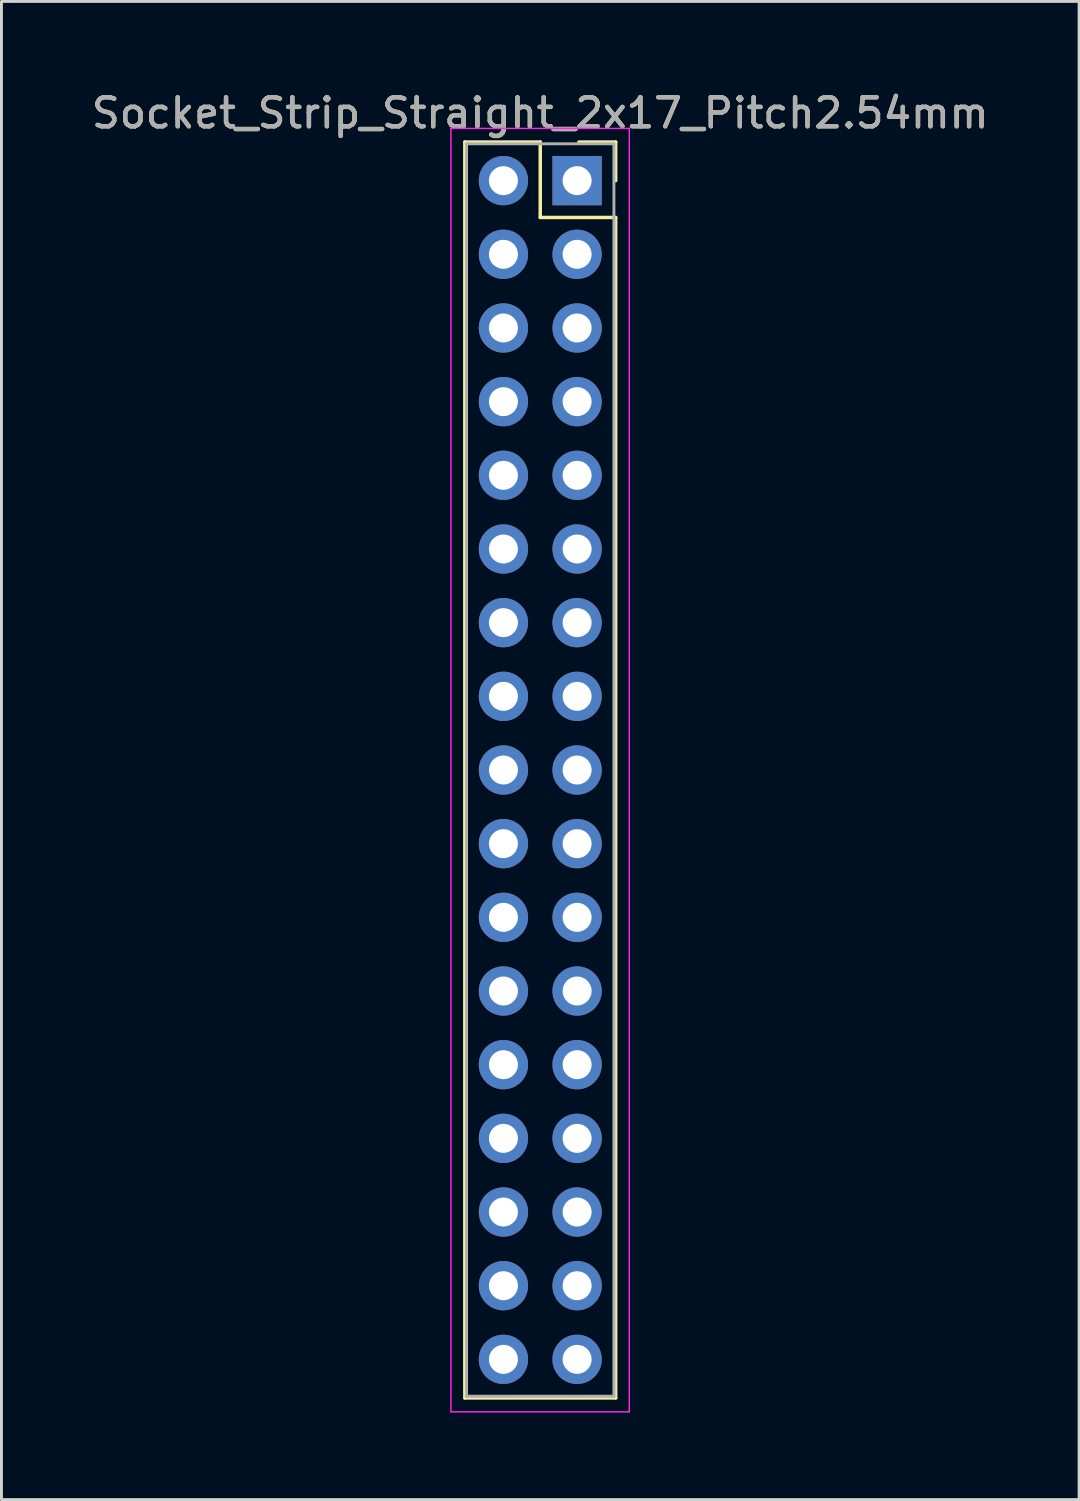
<source format=kicad_pcb>
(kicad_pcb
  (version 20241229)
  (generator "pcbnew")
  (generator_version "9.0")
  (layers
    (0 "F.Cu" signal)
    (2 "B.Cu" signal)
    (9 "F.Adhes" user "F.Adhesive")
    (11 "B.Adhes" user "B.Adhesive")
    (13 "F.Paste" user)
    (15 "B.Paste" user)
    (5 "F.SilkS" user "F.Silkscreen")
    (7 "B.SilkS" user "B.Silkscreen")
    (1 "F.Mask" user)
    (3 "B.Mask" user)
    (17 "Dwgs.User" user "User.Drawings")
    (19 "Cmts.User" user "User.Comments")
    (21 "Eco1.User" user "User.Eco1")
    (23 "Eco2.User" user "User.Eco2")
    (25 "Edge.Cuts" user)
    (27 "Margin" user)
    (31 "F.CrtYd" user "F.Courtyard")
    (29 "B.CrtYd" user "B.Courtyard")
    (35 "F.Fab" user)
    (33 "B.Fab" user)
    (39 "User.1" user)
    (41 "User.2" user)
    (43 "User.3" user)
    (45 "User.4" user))
  (footprint "Socket_Strip_Straight_2x17_Pitch2.54mm"
    (layer "F.Cu")
    (at 16.847 3.178)
    (property "Reference" "Socket_Strip_Straight_2x17_Pitch2.54mm" (at -1.27 -2.33 0) (layer "F.SilkS") (effects (font (size 1 1) (thickness 0.15))))
    (attr through_hole)
    (fp_line (start -3.87 -1.33) (end -1.27 -1.33) (stroke (width 0.12) (type solid)) (layer "F.SilkS"))
    (fp_line (start -3.87 41.97) (end -3.87 -1.33) (stroke (width 0.12) (type solid)) (layer "F.SilkS"))
    (fp_line (start -1.27 -1.33) (end -1.27 1.27) (stroke (width 0.12) (type solid)) (layer "F.SilkS"))
    (fp_line (start -1.27 1.27) (end 1.33 1.27) (stroke (width 0.12) (type solid)) (layer "F.SilkS"))
    (fp_line (start 1.33 -1.33) (end 0.06 -1.33) (stroke (width 0.12) (type solid)) (layer "F.SilkS"))
    (fp_line (start 1.33 0) (end 1.33 -1.33) (stroke (width 0.12) (type solid)) (layer "F.SilkS"))
    (fp_line (start 1.33 1.27) (end 1.33 41.97) (stroke (width 0.12) (type solid)) (layer "F.SilkS"))
    (fp_line (start 1.33 41.97) (end -3.87 41.97) (stroke (width 0.12) (type solid)) (layer "F.SilkS"))
    (fp_line (start -4.35 -1.8) (end -4.35 42.45) (stroke (width 0.05) (type solid)) (layer "F.CrtYd"))
    (fp_line (start -4.35 42.45) (end 1.8 42.45) (stroke (width 0.05) (type solid)) (layer "F.CrtYd"))
    (fp_line (start 1.8 -1.8) (end -4.35 -1.8) (stroke (width 0.05) (type solid)) (layer "F.CrtYd"))
    (fp_line (start 1.8 42.45) (end 1.8 -1.8) (stroke (width 0.05) (type solid)) (layer "F.CrtYd"))
    (fp_line (start -3.81 -1.27) (end -3.81 41.91) (stroke (width 0.1) (type solid)) (layer "F.Fab"))
    (fp_line (start -3.81 41.91) (end 1.27 41.91) (stroke (width 0.1) (type solid)) (layer "F.Fab"))
    (fp_line (start 1.27 -1.27) (end -3.81 -1.27) (stroke (width 0.1) (type solid)) (layer "F.Fab"))
    (fp_line (start 1.27 41.91) (end 1.27 -1.27) (stroke (width 0.1) (type solid)) (layer "F.Fab"))
    (fp_text user "${REFERENCE}" (at -1.27 -2.33 0) (layer "F.Fab") (effects (font (size 1 1) (thickness 0.15))))
    (pad "1" thru_hole rect (at 0 0) (size 1.7 1.7) (drill 1) (layers "*.Cu" "*.Mask"))
    (pad "2" thru_hole oval (at -2.54 0) (size 1.7 1.7) (drill 1) (layers "*.Cu" "*.Mask"))
    (pad "3" thru_hole oval (at 0 2.54) (size 1.7 1.7) (drill 1) (layers "*.Cu" "*.Mask"))
    (pad "4" thru_hole oval (at -2.54 2.54) (size 1.7 1.7) (drill 1) (layers "*.Cu" "*.Mask"))
    (pad "5" thru_hole oval (at 0 5.08) (size 1.7 1.7) (drill 1) (layers "*.Cu" "*.Mask"))
    (pad "6" thru_hole oval (at -2.54 5.08) (size 1.7 1.7) (drill 1) (layers "*.Cu" "*.Mask"))
    (pad "7" thru_hole oval (at 0 7.62) (size 1.7 1.7) (drill 1) (layers "*.Cu" "*.Mask"))
    (pad "8" thru_hole oval (at -2.54 7.62) (size 1.7 1.7) (drill 1) (layers "*.Cu" "*.Mask"))
    (pad "9" thru_hole oval (at 0 10.16) (size 1.7 1.7) (drill 1) (layers "*.Cu" "*.Mask"))
    (pad "10" thru_hole oval (at -2.54 10.16) (size 1.7 1.7) (drill 1) (layers "*.Cu" "*.Mask"))
    (pad "11" thru_hole oval (at 0 12.7) (size 1.7 1.7) (drill 1) (layers "*.Cu" "*.Mask"))
    (pad "12" thru_hole oval (at -2.54 12.7) (size 1.7 1.7) (drill 1) (layers "*.Cu" "*.Mask"))
    (pad "13" thru_hole oval (at 0 15.24) (size 1.7 1.7) (drill 1) (layers "*.Cu" "*.Mask"))
    (pad "14" thru_hole oval (at -2.54 15.24) (size 1.7 1.7) (drill 1) (layers "*.Cu" "*.Mask"))
    (pad "15" thru_hole oval (at 0 17.78) (size 1.7 1.7) (drill 1) (layers "*.Cu" "*.Mask"))
    (pad "16" thru_hole oval (at -2.54 17.78) (size 1.7 1.7) (drill 1) (layers "*.Cu" "*.Mask"))
    (pad "17" thru_hole oval (at 0 20.32) (size 1.7 1.7) (drill 1) (layers "*.Cu" "*.Mask"))
    (pad "18" thru_hole oval (at -2.54 20.32) (size 1.7 1.7) (drill 1) (layers "*.Cu" "*.Mask"))
    (pad "19" thru_hole oval (at 0 22.86) (size 1.7 1.7) (drill 1) (layers "*.Cu" "*.Mask"))
    (pad "20" thru_hole oval (at -2.54 22.86) (size 1.7 1.7) (drill 1) (layers "*.Cu" "*.Mask"))
    (pad "21" thru_hole oval (at 0 25.4) (size 1.7 1.7) (drill 1) (layers "*.Cu" "*.Mask"))
    (pad "22" thru_hole oval (at -2.54 25.4) (size 1.7 1.7) (drill 1) (layers "*.Cu" "*.Mask"))
    (pad "23" thru_hole oval (at 0 27.94) (size 1.7 1.7) (drill 1) (layers "*.Cu" "*.Mask"))
    (pad "24" thru_hole oval (at -2.54 27.94) (size 1.7 1.7) (drill 1) (layers "*.Cu" "*.Mask"))
    (pad "25" thru_hole oval (at 0 30.48) (size 1.7 1.7) (drill 1) (layers "*.Cu" "*.Mask"))
    (pad "26" thru_hole oval (at -2.54 30.48) (size 1.7 1.7) (drill 1) (layers "*.Cu" "*.Mask"))
    (pad "27" thru_hole oval (at 0 33.02) (size 1.7 1.7) (drill 1) (layers "*.Cu" "*.Mask"))
    (pad "28" thru_hole oval (at -2.54 33.02) (size 1.7 1.7) (drill 1) (layers "*.Cu" "*.Mask"))
    (pad "29" thru_hole oval (at 0 35.56) (size 1.7 1.7) (drill 1) (layers "*.Cu" "*.Mask"))
    (pad "30" thru_hole oval (at -2.54 35.56) (size 1.7 1.7) (drill 1) (layers "*.Cu" "*.Mask"))
    (pad "31" thru_hole oval (at 0 38.1) (size 1.7 1.7) (drill 1) (layers "*.Cu" "*.Mask"))
    (pad "32" thru_hole oval (at -2.54 38.1) (size 1.7 1.7) (drill 1) (layers "*.Cu" "*.Mask"))
    (pad "33" thru_hole oval (at 0 40.64) (size 1.7 1.7) (drill 1) (layers "*.Cu" "*.Mask"))
    (pad "34" thru_hole oval (at -2.54 40.64) (size 1.7 1.7) (drill 1) (layers "*.Cu" "*.Mask")))
  (gr_rect
    (start -3 -3)
    (end 34.155 48.653)
    (stroke (width 0.1) (type default))
    (fill no)
    (layer "Edge.Cuts")))
</source>
